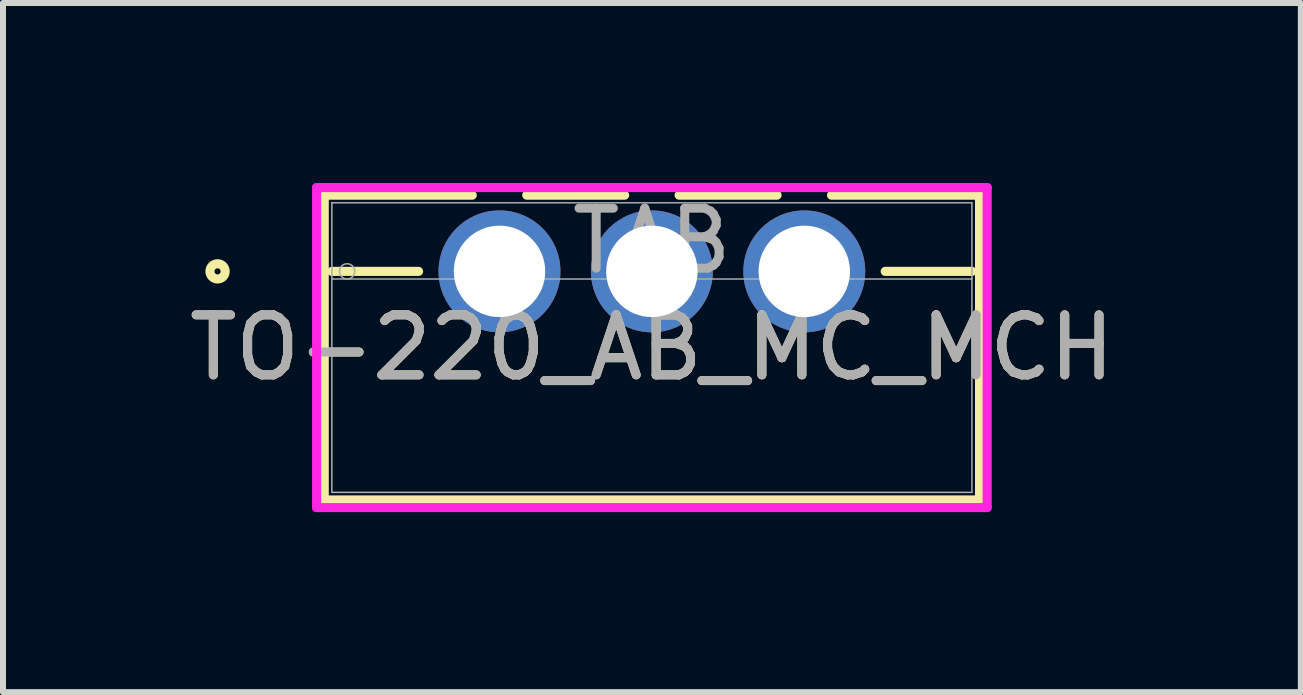
<source format=kicad_pcb>
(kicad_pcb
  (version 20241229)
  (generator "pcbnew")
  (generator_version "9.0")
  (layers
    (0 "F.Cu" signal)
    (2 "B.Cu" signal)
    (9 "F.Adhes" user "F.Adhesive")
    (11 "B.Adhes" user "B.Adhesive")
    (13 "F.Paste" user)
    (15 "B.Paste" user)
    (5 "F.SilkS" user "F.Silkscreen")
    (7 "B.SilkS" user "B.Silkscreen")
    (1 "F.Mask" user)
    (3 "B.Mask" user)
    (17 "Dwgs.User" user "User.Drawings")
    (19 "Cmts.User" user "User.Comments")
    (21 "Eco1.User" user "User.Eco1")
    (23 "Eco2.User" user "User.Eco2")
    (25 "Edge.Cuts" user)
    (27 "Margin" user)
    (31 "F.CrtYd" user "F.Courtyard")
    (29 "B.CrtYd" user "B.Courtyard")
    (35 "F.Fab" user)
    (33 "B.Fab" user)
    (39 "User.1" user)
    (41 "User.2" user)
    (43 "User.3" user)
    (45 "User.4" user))
  (footprint "TO-220_AB_MC_MCH"
    (layer "F.Cu")
    (at 5.275 1.473)
    (property "Reference" "TO-220_AB_MC_MCH" (at 2.54 1.27 0) (unlocked yes) (layer "F.SilkS") (effects (font (size 1 1) (thickness 0.15))))
    (attr through_hole)
    (fp_line (start -2.921 -1.27) (end -2.921 3.81) (stroke (width 0.152) (type solid)) (layer "F.SilkS"))
    (fp_line (start -2.921 3.81) (end 8.001 3.81) (stroke (width 0.152) (type solid)) (layer "F.SilkS"))
    (fp_line (start -2.794 0) (end -1.349 0) (stroke (width 0.152) (type solid)) (layer "F.SilkS"))
    (fp_line (start -0.454 -1.27) (end -2.921 -1.27) (stroke (width 0.152) (type solid)) (layer "F.SilkS"))
    (fp_line (start 2.086 -1.27) (end 0.454 -1.27) (stroke (width 0.152) (type solid)) (layer "F.SilkS"))
    (fp_line (start 4.626 -1.27) (end 2.994 -1.27) (stroke (width 0.152) (type solid)) (layer "F.SilkS"))
    (fp_line (start 6.429 0) (end 7.874 0) (stroke (width 0.152) (type solid)) (layer "F.SilkS"))
    (fp_line (start 8.001 -1.27) (end 5.534 -1.27) (stroke (width 0.152) (type solid)) (layer "F.SilkS"))
    (fp_line (start 8.001 3.81) (end 8.001 -1.27) (stroke (width 0.152) (type solid)) (layer "F.SilkS"))
    (fp_circle (center -4.699 0) (end -4.572 0) (stroke (width 0.152) (type solid)) (fill no) (layer "F.SilkS"))
    (fp_line (start -3.048 -1.397) (end -3.048 3.937) (stroke (width 0.152) (type solid)) (layer "F.CrtYd"))
    (fp_line (start -3.048 3.937) (end 8.128 3.937) (stroke (width 0.152) (type solid)) (layer "F.CrtYd"))
    (fp_line (start 8.128 -1.397) (end -3.048 -1.397) (stroke (width 0.152) (type solid)) (layer "F.CrtYd"))
    (fp_line (start 8.128 3.937) (end 8.128 -1.397) (stroke (width 0.152) (type solid)) (layer "F.CrtYd"))
    (fp_line (start -2.794 -1.143) (end -2.794 3.683) (stroke (width 0.025) (type solid)) (layer "F.Fab"))
    (fp_line (start -2.794 0.127) (end 7.874 0.127) (stroke (width 0.025) (type solid)) (layer "F.Fab"))
    (fp_line (start -2.794 3.683) (end 7.874 3.683) (stroke (width 0.025) (type solid)) (layer "F.Fab"))
    (fp_line (start 7.874 -1.143) (end -2.794 -1.143) (stroke (width 0.025) (type solid)) (layer "F.Fab"))
    (fp_line (start 7.874 3.683) (end 7.874 -1.143) (stroke (width 0.025) (type solid)) (layer "F.Fab"))
    (fp_circle (center -2.54 0) (end -2.413 0) (stroke (width 0.025) (type solid)) (fill no) (layer "F.Fab"))
    (fp_text user "${REFERENCE}" (at 2.54 1.27 0) (unlocked yes) (layer "F.Fab") (effects (font (size 1 1) (thickness 0.15))))
    (fp_text user "TAB" (at 2.54 -0.508 0) (unlocked yes) (layer "F.Fab") (effects (font (size 1 1) (thickness 0.15))))
    (pad "1" thru_hole circle (at 0 0) (size 2.032 2.032) (drill 1.524) (layers "*.Cu" "*.Mask"))
    (pad "2" thru_hole circle (at 2.54 0) (size 2.032 2.032) (drill 1.524) (layers "*.Cu" "*.Mask"))
    (pad "3" thru_hole circle (at 5.08 0) (size 2.032 2.032) (drill 1.524) (layers "*.Cu" "*.Mask")))
  (gr_rect
    (start -3 -3)
    (end 18.631 8.486)
    (stroke (width 0.1) (type default))
    (fill no)
    (layer "Edge.Cuts")))
</source>
